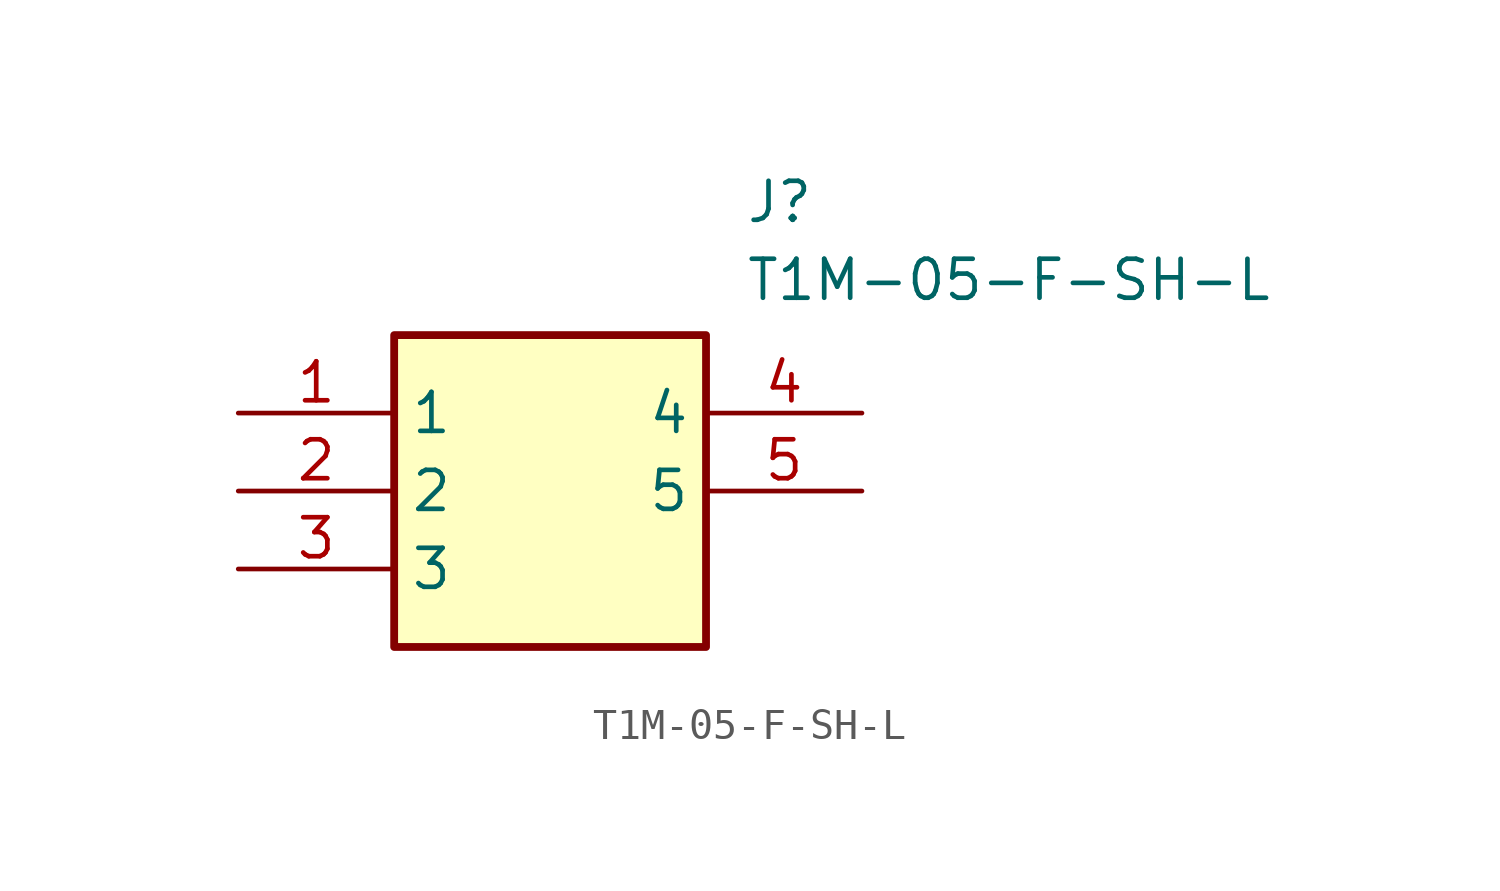
<source format=kicad_sym>
(kicad_symbol_lib
  (version 20211014)
  (generator SamacSys_ECAD_Model)
  (symbol "T1M-05-F-SH-L"
    (property "Reference" "J"
      (at 16.51 7.62 0)
      (effects (font (size 1.27 1.27)) (justify left top)))
    (property "Value" "T1M-05-F-SH-L"
      (at 16.51 5.08 0)
      (effects (font (size 1.27 1.27)) (justify left top)))
    (rectangle
      (start 5.08 2.54)
      (end 15.24 -7.62)
      (stroke (width 0.254) (type default))
      (fill (type background)))
    (pin passive line
      (at 0 0 0)
      (length 5.08)
      (name "1" (effects (font (size 1.27 1.27))))
      (number "1" (effects (font (size 1.27 1.27)))))
    (pin passive line
      (at 0 -2.54 0)
      (length 5.08)
      (name "2" (effects (font (size 1.27 1.27))))
      (number "2" (effects (font (size 1.27 1.27)))))
    (pin passive line
      (at 0 -5.08 0)
      (length 5.08)
      (name "3" (effects (font (size 1.27 1.27))))
      (number "3" (effects (font (size 1.27 1.27)))))
    (pin passive line
      (at 20.32 0 180)
      (length 5.08)
      (name "4" (effects (font (size 1.27 1.27))))
      (number "4" (effects (font (size 1.27 1.27)))))
    (pin passive line
      (at 20.32 -2.54 180)
      (length 5.08)
      (name "5" (effects (font (size 1.27 1.27))))
      (number "5" (effects (font (size 1.27 1.27)))))))
</source>
